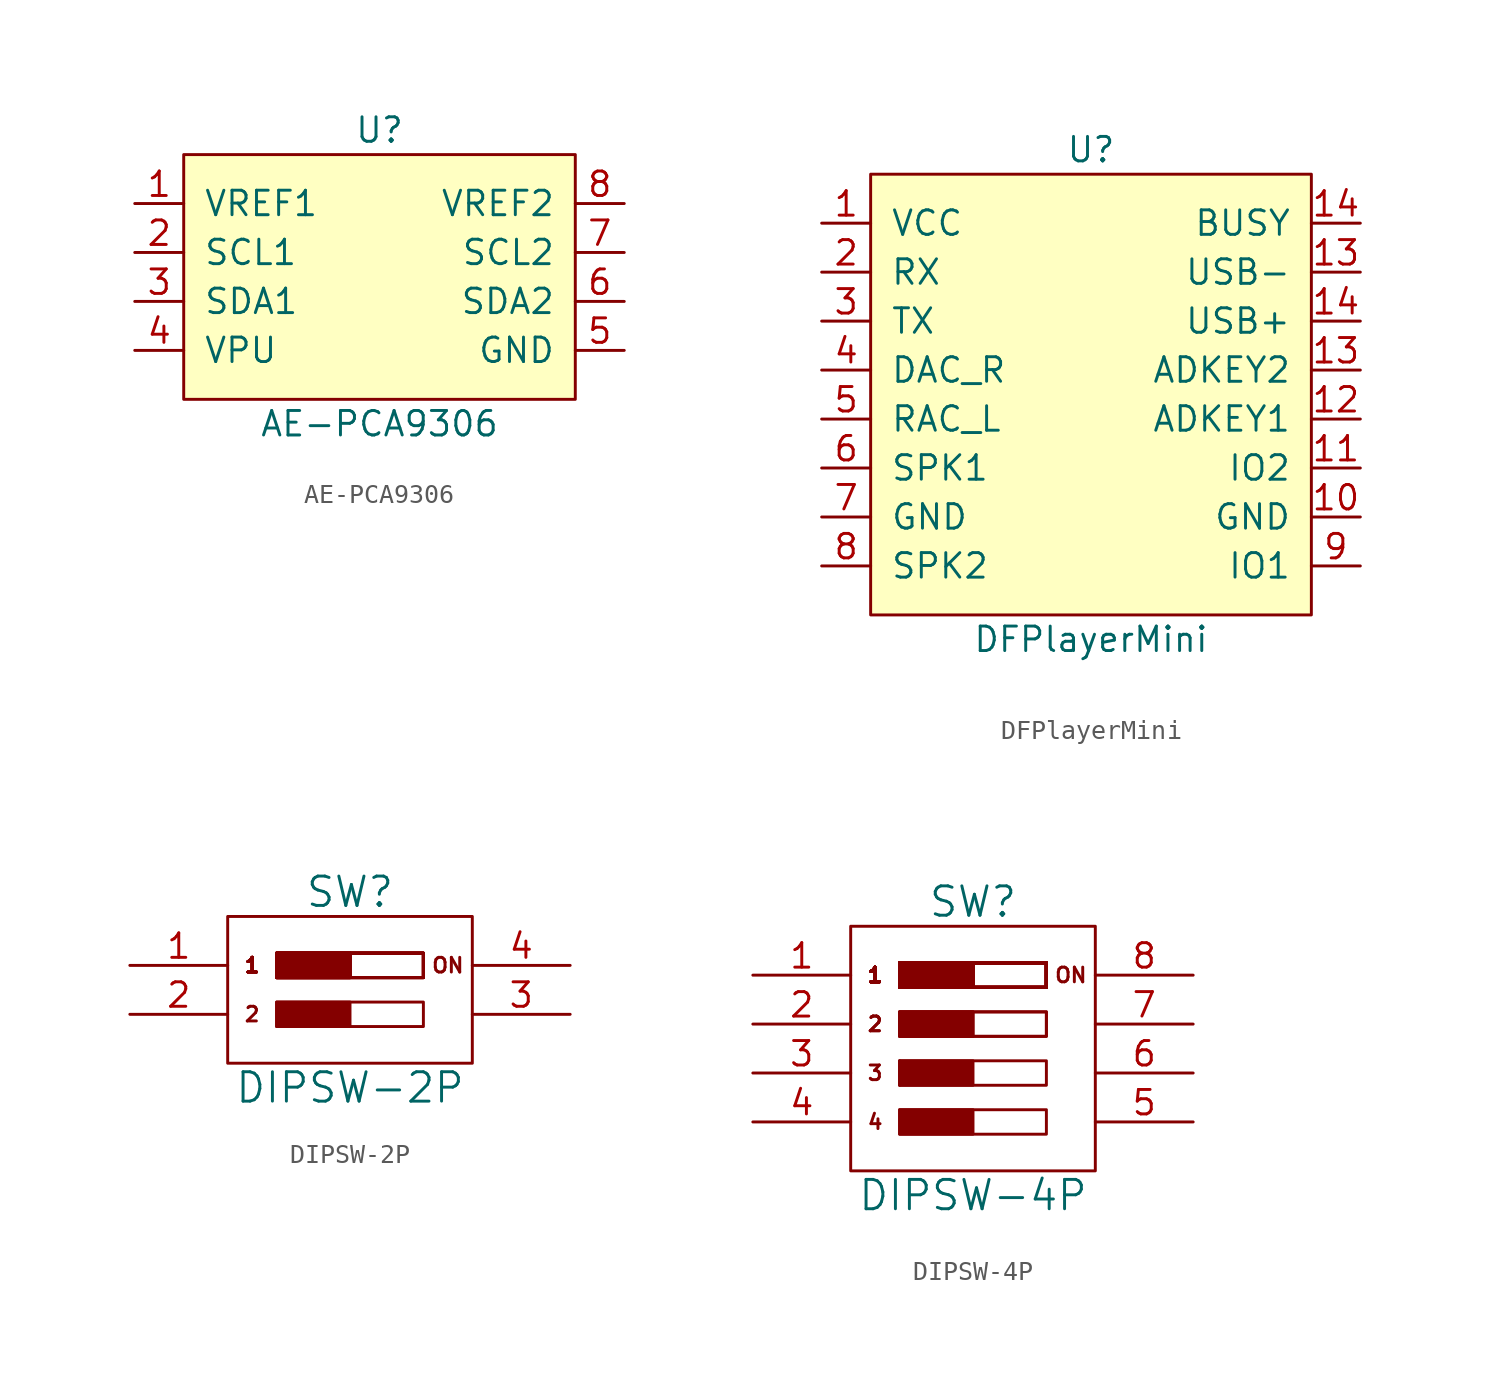
<source format=kicad_sym>
(kicad_symbol_lib
  (version 20211014)
  (generator kicad_symbol_editor)
  (symbol "AE-PCA9306"
    (pin_names
      (offset 1.016))
    (property "Reference" "U"
      (at 0 7.62 0)
      (effects (font (size 1.27 1.27))))
    (property "Value" "AE-PCA9306"
      (at 0 -7.62 0)
      (effects (font (size 1.27 1.27))))
    (symbol "AE-PCA9306_0_1"
      (rectangle (start -10.16 6.35) (end 10.16 -6.35) (stroke (width 0) (type default) (color 0 0 0 0)) (fill (type background))))
    (symbol "AE-PCA9306_1_1"
      (pin power_in line (at -12.7 3.81 0) (length 2.54) (name "VREF1" (effects (font (size 1.27 1.27)))) (number "1" (effects (font (size 1.27 1.27)))))
      (pin bidirectional line (at -12.7 1.27 0) (length 2.54) (name "SCL1" (effects (font (size 1.27 1.27)))) (number "2" (effects (font (size 1.27 1.27)))))
      (pin bidirectional line (at -12.7 -1.27 0) (length 2.54) (name "SDA1" (effects (font (size 1.27 1.27)))) (number "3" (effects (font (size 1.27 1.27)))))
      (pin power_in line (at -12.7 -3.81 0) (length 2.54) (name "VPU" (effects (font (size 1.27 1.27)))) (number "4" (effects (font (size 1.27 1.27)))))
      (pin power_in line (at 12.7 -3.81 180) (length 2.54) (name "GND" (effects (font (size 1.27 1.27)))) (number "5" (effects (font (size 1.27 1.27)))))
      (pin bidirectional line (at 12.7 -1.27 180) (length 2.54) (name "SDA2" (effects (font (size 1.27 1.27)))) (number "6" (effects (font (size 1.27 1.27)))))
      (pin bidirectional line (at 12.7 1.27 180) (length 2.54) (name "SCL2" (effects (font (size 1.27 1.27)))) (number "7" (effects (font (size 1.27 1.27)))))
      (pin power_in line (at 12.7 3.81 180) (length 2.54) (name "VREF2" (effects (font (size 1.27 1.27)))) (number "8" (effects (font (size 1.27 1.27)))))))
  (symbol "DFPlayerMini"
    (pin_names
      (offset 1.016))
    (property "Reference" "U"
      (at 0 12.7 0)
      (effects (font (size 1.27 1.27))))
    (property "Value" "DFPlayerMini"
      (at 0 -12.7 0)
      (effects (font (size 1.27 1.27))))
    (symbol "DFPlayerMini_0_1"
      (rectangle (start -11.43 11.43) (end 11.43 -11.43) (stroke (width 0) (type default) (color 0 0 0 0)) (fill (type background))))
    (symbol "DFPlayerMini_1_1"
      (pin power_in line (at -13.97 8.89 0) (length 2.54) (name "VCC" (effects (font (size 1.27 1.27)))) (number "1" (effects (font (size 1.27 1.27)))))
      (pin power_in line (at 13.97 -6.35 180) (length 2.54) (name "GND" (effects (font (size 1.27 1.27)))) (number "10" (effects (font (size 1.27 1.27)))))
      (pin input line (at 13.97 -3.81 180) (length 2.54) (name "IO2" (effects (font (size 1.27 1.27)))) (number "11" (effects (font (size 1.27 1.27)))))
      (pin input line (at 13.97 -1.27 180) (length 2.54) (name "ADKEY1" (effects (font (size 1.27 1.27)))) (number "12" (effects (font (size 1.27 1.27)))))
      (pin input line (at 13.97 1.27 180) (length 2.54) (name "ADKEY2" (effects (font (size 1.27 1.27)))) (number "13" (effects (font (size 1.27 1.27)))))
      (pin bidirectional line (at 13.97 6.35 180) (length 2.54) (name "USB-" (effects (font (size 1.27 1.27)))) (number "13" (effects (font (size 1.27 1.27)))))
      (pin output line (at 13.97 8.89 180) (length 2.54) (name "BUSY" (effects (font (size 1.27 1.27)))) (number "14" (effects (font (size 1.27 1.27)))))
      (pin bidirectional line (at 13.97 3.81 180) (length 2.54) (name "USB+" (effects (font (size 1.27 1.27)))) (number "14" (effects (font (size 1.27 1.27)))))
      (pin input line (at -13.97 6.35 0) (length 2.54) (name "RX" (effects (font (size 1.27 1.27)))) (number "2" (effects (font (size 1.27 1.27)))))
      (pin output line (at -13.97 3.81 0) (length 2.54) (name "TX" (effects (font (size 1.27 1.27)))) (number "3" (effects (font (size 1.27 1.27)))))
      (pin output line (at -13.97 1.27 0) (length 2.54) (name "DAC_R" (effects (font (size 1.27 1.27)))) (number "4" (effects (font (size 1.27 1.27)))))
      (pin output line (at -13.97 -1.27 0) (length 2.54) (name "RAC_L" (effects (font (size 1.27 1.27)))) (number "5" (effects (font (size 1.27 1.27)))))
      (pin output line (at -13.97 -3.81 0) (length 2.54) (name "SPK1" (effects (font (size 1.27 1.27)))) (number "6" (effects (font (size 1.27 1.27)))))
      (pin power_in line (at -13.97 -6.35 0) (length 2.54) (name "GND" (effects (font (size 1.27 1.27)))) (number "7" (effects (font (size 1.27 1.27)))))
      (pin output line (at -13.97 -8.89 0) (length 2.54) (name "SPK2" (effects (font (size 1.27 1.27)))) (number "8" (effects (font (size 1.27 1.27)))))
      (pin input line (at 13.97 -8.89 180) (length 2.54) (name "IO1" (effects (font (size 1.27 1.27)))) (number "9" (effects (font (size 1.27 1.27)))))))
  (symbol "DIPSW-2P"
    (pin_names
      (offset 1.016))
    (property "Reference" "SW"
      (at 0 5.08 0)
      (effects (font (size 1.524 1.524))))
    (property "Value" "DIPSW-2P"
      (at 0 -5.08 0)
      (effects (font (size 1.524 1.524))))
    (property "Footprint" ""
      (at 0 6.35 0)
      (effects (font (size 1.524 1.524))))
    (property "Datasheet" ""
      (at 0 6.35 0)
      (effects (font (size 1.524 1.524))))
    (symbol "DIPSW-2P_0_0"
      (rectangle (start -3.81 -0.635) (end 0 -1.905) (stroke (width 0) (type default) (color 0 0 0 0)) (fill (type outline)))
      (rectangle (start -3.81 -0.635) (end 3.81 -1.905) (stroke (width 0) (type default) (color 0 0 0 0)) (fill (type none)))
      (rectangle (start -3.81 1.905) (end 3.81 0.635) (stroke (width 0) (type default) (color 0 0 0 0)) (fill (type none)))
      (rectangle (start -3.81 1.905) (end 3.81 0.635) (stroke (width 0) (type default) (color 0 0 0 0)) (fill (type none)))
      (rectangle (start -3.81 1.905) (end 3.81 0.635) (stroke (width 0) (type default) (color 0 0 0 0)) (fill (type none)))
      (rectangle (start -3.81 1.905) (end 3.81 0.635) (stroke (width 0) (type default) (color 0 0 0 0)) (fill (type none)))
      (rectangle (start -3.81 1.905) (end 3.81 0.635) (stroke (width 0) (type default) (color 0 0 0 0)) (fill (type none)))
      (rectangle (start -3.81 1.905) (end 3.81 0.635) (stroke (width 0) (type default) (color 0 0 0 0)) (fill (type none)))
      (rectangle (start -3.81 1.905) (end 3.81 0.635) (stroke (width 0) (type default) (color 0 0 0 0)) (fill (type none)))
      (rectangle (start -3.81 1.905) (end 3.81 0.635) (stroke (width 0) (type default) (color 0 0 0 0)) (fill (type none)))
      (text "2" (at -5.08 -1.27 0) (effects (font (size 0.762 0.762))))
      (text "ON" (at 5.08 1.27 0) (effects (font (size 0.762 0.762)))))
    (symbol "DIPSW-2P_0_1"
      (rectangle (start -6.35 3.81) (end 6.35 -3.81) (stroke (width 0) (type default) (color 0 0 0 0)) (fill (type none))))
    (symbol "DIPSW-2P_1_0"
      (rectangle (start -3.81 1.905) (end 0 0.635) (stroke (width 0) (type default) (color 0 0 0 0)) (fill (type outline)))
      (rectangle (start -3.81 1.905) (end 0 0.635) (stroke (width 0) (type default) (color 0 0 0 0)) (fill (type outline)))
      (rectangle (start -3.81 1.905) (end 0 0.635) (stroke (width 0) (type default) (color 0 0 0 0)) (fill (type outline)))
      (rectangle (start -3.81 1.905) (end 0 0.635) (stroke (width 0) (type default) (color 0 0 0 0)) (fill (type outline)))
      (rectangle (start -3.81 1.905) (end 0 0.635) (stroke (width 0) (type default) (color 0 0 0 0)) (fill (type outline)))
      (rectangle (start -3.81 1.905) (end 0 0.635) (stroke (width 0) (type default) (color 0 0 0 0)) (fill (type outline)))
      (rectangle (start -3.81 1.905) (end 0 0.635) (stroke (width 0) (type default) (color 0 0 0 0)) (fill (type outline)))
      (rectangle (start -3.81 1.905) (end 0 0.635) (stroke (width 0) (type default) (color 0 0 0 0)) (fill (type outline)))
      (text "1" (at -5.08 1.27 0) (effects (font (size 0.762 0.762))))
      (text "1" (at -5.08 1.27 0) (effects (font (size 0.762 0.762))))
      (text "1" (at -5.08 1.27 0) (effects (font (size 0.762 0.762))))
      (text "1" (at -5.08 1.27 0) (effects (font (size 0.762 0.762))))
      (text "1" (at -5.08 1.27 0) (effects (font (size 0.762 0.762))))
      (text "1" (at -5.08 1.27 0) (effects (font (size 0.762 0.762))))
      (text "1" (at -5.08 1.27 0) (effects (font (size 0.762 0.762))))
      (text "1" (at -5.08 1.27 0) (effects (font (size 0.762 0.762)))))
    (symbol "DIPSW-2P_1_1"
      (pin input line (at -11.43 1.27 0) (length 5.08) (name "~" (effects (font (size 1.27 1.27)))) (number "1" (effects (font (size 1.27 1.27)))))
      (pin input line (at -11.43 -1.27 0) (length 5.08) (name "~" (effects (font (size 1.27 1.27)))) (number "2" (effects (font (size 1.27 1.27)))))
      (pin input line (at 11.43 -1.27 180) (length 5.08) (name "~" (effects (font (size 1.27 1.27)))) (number "3" (effects (font (size 1.27 1.27)))))
      (pin input line (at 11.43 1.27 180) (length 5.08) (name "~" (effects (font (size 1.27 1.27)))) (number "4" (effects (font (size 1.27 1.27)))))))
  (symbol "DIPSW-4P"
    (pin_names
      (offset 1.016))
    (property "Reference" "SW"
      (at 0 7.62 0)
      (effects (font (size 1.524 1.524))))
    (property "Value" "DIPSW-4P"
      (at 0 -7.62 0)
      (effects (font (size 1.524 1.524))))
    (property "Footprint" ""
      (at 0 8.89 0)
      (effects (font (size 1.524 1.524))))
    (property "Datasheet" ""
      (at 0 8.89 0)
      (effects (font (size 1.524 1.524))))
    (symbol "DIPSW-4P_0_0"
      (rectangle (start -3.81 1.905) (end 0 0.635) (stroke (width 0) (type default) (color 0 0 0 0)) (fill (type outline)))
      (rectangle (start -3.81 1.905) (end 0 0.635) (stroke (width 0) (type default) (color 0 0 0 0)) (fill (type outline)))
      (rectangle (start -3.81 1.905) (end 3.81 0.635) (stroke (width 0) (type default) (color 0 0 0 0)) (fill (type none)))
      (rectangle (start -3.81 1.905) (end 3.81 0.635) (stroke (width 0) (type default) (color 0 0 0 0)) (fill (type none)))
      (rectangle (start -3.81 4.445) (end 3.81 3.175) (stroke (width 0) (type default) (color 0 0 0 0)) (fill (type none)))
      (rectangle (start -3.81 4.445) (end 3.81 3.175) (stroke (width 0) (type default) (color 0 0 0 0)) (fill (type none)))
      (rectangle (start -3.81 4.445) (end 3.81 3.175) (stroke (width 0) (type default) (color 0 0 0 0)) (fill (type none)))
      (rectangle (start -3.81 4.445) (end 3.81 3.175) (stroke (width 0) (type default) (color 0 0 0 0)) (fill (type none)))
      (rectangle (start -3.81 4.445) (end 3.81 3.175) (stroke (width 0) (type default) (color 0 0 0 0)) (fill (type none)))
      (rectangle (start -3.81 4.445) (end 3.81 3.175) (stroke (width 0) (type default) (color 0 0 0 0)) (fill (type none)))
      (rectangle (start -3.81 4.445) (end 3.81 3.175) (stroke (width 0) (type default) (color 0 0 0 0)) (fill (type none)))
      (rectangle (start -3.81 4.445) (end 3.81 3.175) (stroke (width 0) (type default) (color 0 0 0 0)) (fill (type none)))
      (rectangle (start -3.81 4.445) (end 3.81 3.175) (stroke (width 0) (type default) (color 0 0 0 0)) (fill (type none)))
      (rectangle (start -3.81 4.445) (end 3.81 3.175) (stroke (width 0) (type default) (color 0 0 0 0)) (fill (type none)))
      (rectangle (start -3.81 4.445) (end 3.81 3.175) (stroke (width 0) (type default) (color 0 0 0 0)) (fill (type none)))
      (rectangle (start -3.81 4.445) (end 3.81 3.175) (stroke (width 0) (type default) (color 0 0 0 0)) (fill (type none)))
      (rectangle (start -3.81 4.445) (end 3.81 3.175) (stroke (width 0) (type default) (color 0 0 0 0)) (fill (type none)))
      (rectangle (start -3.81 4.445) (end 3.81 3.175) (stroke (width 0) (type default) (color 0 0 0 0)) (fill (type none)))
      (rectangle (start -3.81 4.445) (end 3.81 3.175) (stroke (width 0) (type default) (color 0 0 0 0)) (fill (type none)))
      (rectangle (start -3.81 4.445) (end 3.81 3.175) (stroke (width 0) (type default) (color 0 0 0 0)) (fill (type none)))
      (rectangle (start -3.81 4.445) (end 3.81 3.175) (stroke (width 0) (type default) (color 0 0 0 0)) (fill (type none)))
      (rectangle (start -3.81 4.445) (end 3.81 3.175) (stroke (width 0) (type default) (color 0 0 0 0)) (fill (type none)))
      (rectangle (start -3.81 4.445) (end 3.81 3.175) (stroke (width 0) (type default) (color 0 0 0 0)) (fill (type none)))
      (rectangle (start -3.81 4.445) (end 3.81 3.175) (stroke (width 0) (type default) (color 0 0 0 0)) (fill (type none)))
      (rectangle (start -3.81 4.445) (end 3.81 3.175) (stroke (width 0) (type default) (color 0 0 0 0)) (fill (type none)))
      (rectangle (start -3.81 4.445) (end 3.81 3.175) (stroke (width 0) (type default) (color 0 0 0 0)) (fill (type none)))
      (rectangle (start -3.81 4.445) (end 3.81 3.175) (stroke (width 0) (type default) (color 0 0 0 0)) (fill (type none)))
      (rectangle (start -3.81 4.445) (end 3.81 3.175) (stroke (width 0) (type default) (color 0 0 0 0)) (fill (type none)))
      (rectangle (start -3.81 4.445) (end 3.81 3.175) (stroke (width 0) (type default) (color 0 0 0 0)) (fill (type none)))
      (rectangle (start -3.81 4.445) (end 3.81 3.175) (stroke (width 0) (type default) (color 0 0 0 0)) (fill (type none)))
      (rectangle (start -3.81 4.445) (end 3.81 3.175) (stroke (width 0) (type default) (color 0 0 0 0)) (fill (type none)))
      (rectangle (start -3.81 4.445) (end 3.81 3.175) (stroke (width 0) (type default) (color 0 0 0 0)) (fill (type none)))
      (rectangle (start -3.81 4.445) (end 3.81 3.175) (stroke (width 0) (type default) (color 0 0 0 0)) (fill (type none)))
      (rectangle (start -3.81 4.445) (end 3.81 3.175) (stroke (width 0) (type default) (color 0 0 0 0)) (fill (type none)))
      (rectangle (start -3.81 4.445) (end 3.81 3.175) (stroke (width 0) (type default) (color 0 0 0 0)) (fill (type none)))
      (rectangle (start -3.81 4.445) (end 3.81 3.175) (stroke (width 0) (type default) (color 0 0 0 0)) (fill (type none)))
      (text "2" (at -5.08 1.27 0) (effects (font (size 0.762 0.762))))
      (text "2" (at -5.08 1.27 0) (effects (font (size 0.762 0.762))))
      (text "3" (at -5.08 -1.27 0) (effects (font (size 0.762 0.762))))
      (text "4" (at -5.08 -3.81 0) (effects (font (size 0.762 0.762))))
      (text "ON" (at 5.08 3.81 0) (effects (font (size 0.762 0.762)))))
    (symbol "DIPSW-4P_0_1"
      (rectangle (start -6.35 6.35) (end 6.35 -6.35) (stroke (width 0) (type default) (color 0 0 0 0)) (fill (type none)))
      (rectangle (start -3.81 -3.175) (end 3.81 -4.445) (stroke (width 0) (type default) (color 0 0 0 0)) (fill (type none)))
      (rectangle (start -3.81 -0.635) (end -3.81 -1.905) (stroke (width 0) (type default) (color 0 0 0 0)) (fill (type none)))
      (rectangle (start -3.81 -0.635) (end 3.81 -1.905) (stroke (width 0) (type default) (color 0 0 0 0)) (fill (type none)))
      (rectangle (start 0 -4.445) (end -3.81 -3.175) (stroke (width 0) (type default) (color 0 0 0 0)) (fill (type outline)))
      (rectangle (start 0 -1.905) (end -3.81 -0.635) (stroke (width 0) (type default) (color 0 0 0 0)) (fill (type outline))))
    (symbol "DIPSW-4P_1_0"
      (rectangle (start -3.81 4.445) (end 0 3.175) (stroke (width 0) (type default) (color 0 0 0 0)) (fill (type outline)))
      (rectangle (start -3.81 4.445) (end 0 3.175) (stroke (width 0) (type default) (color 0 0 0 0)) (fill (type outline)))
      (rectangle (start -3.81 4.445) (end 0 3.175) (stroke (width 0) (type default) (color 0 0 0 0)) (fill (type outline)))
      (rectangle (start -3.81 4.445) (end 0 3.175) (stroke (width 0) (type default) (color 0 0 0 0)) (fill (type outline)))
      (rectangle (start -3.81 4.445) (end 0 3.175) (stroke (width 0) (type default) (color 0 0 0 0)) (fill (type outline)))
      (rectangle (start -3.81 4.445) (end 0 3.175) (stroke (width 0) (type default) (color 0 0 0 0)) (fill (type outline)))
      (rectangle (start -3.81 4.445) (end 0 3.175) (stroke (width 0) (type default) (color 0 0 0 0)) (fill (type outline)))
      (rectangle (start -3.81 4.445) (end 0 3.175) (stroke (width 0) (type default) (color 0 0 0 0)) (fill (type outline)))
      (rectangle (start -3.81 4.445) (end 0 3.175) (stroke (width 0) (type default) (color 0 0 0 0)) (fill (type outline)))
      (rectangle (start -3.81 4.445) (end 0 3.175) (stroke (width 0) (type default) (color 0 0 0 0)) (fill (type outline)))
      (rectangle (start -3.81 4.445) (end 0 3.175) (stroke (width 0) (type default) (color 0 0 0 0)) (fill (type outline)))
      (rectangle (start -3.81 4.445) (end 0 3.175) (stroke (width 0) (type default) (color 0 0 0 0)) (fill (type outline)))
      (rectangle (start -3.81 4.445) (end 0 3.175) (stroke (width 0) (type default) (color 0 0 0 0)) (fill (type outline)))
      (rectangle (start -3.81 4.445) (end 0 3.175) (stroke (width 0) (type default) (color 0 0 0 0)) (fill (type outline)))
      (rectangle (start -3.81 4.445) (end 0 3.175) (stroke (width 0) (type default) (color 0 0 0 0)) (fill (type outline)))
      (rectangle (start -3.81 4.445) (end 0 3.175) (stroke (width 0) (type default) (color 0 0 0 0)) (fill (type outline)))
      (rectangle (start -3.81 4.445) (end 0 3.175) (stroke (width 0) (type default) (color 0 0 0 0)) (fill (type outline)))
      (rectangle (start -3.81 4.445) (end 0 3.175) (stroke (width 0) (type default) (color 0 0 0 0)) (fill (type outline)))
      (rectangle (start -3.81 4.445) (end 0 3.175) (stroke (width 0) (type default) (color 0 0 0 0)) (fill (type outline)))
      (rectangle (start -3.81 4.445) (end 0 3.175) (stroke (width 0) (type default) (color 0 0 0 0)) (fill (type outline)))
      (rectangle (start -3.81 4.445) (end 0 3.175) (stroke (width 0) (type default) (color 0 0 0 0)) (fill (type outline)))
      (rectangle (start -3.81 4.445) (end 0 3.175) (stroke (width 0) (type default) (color 0 0 0 0)) (fill (type outline)))
      (rectangle (start -3.81 4.445) (end 0 3.175) (stroke (width 0) (type default) (color 0 0 0 0)) (fill (type outline)))
      (rectangle (start -3.81 4.445) (end 0 3.175) (stroke (width 0) (type default) (color 0 0 0 0)) (fill (type outline)))
      (rectangle (start -3.81 4.445) (end 0 3.175) (stroke (width 0) (type default) (color 0 0 0 0)) (fill (type outline)))
      (rectangle (start -3.81 4.445) (end 0 3.175) (stroke (width 0) (type default) (color 0 0 0 0)) (fill (type outline)))
      (rectangle (start -3.81 4.445) (end 0 3.175) (stroke (width 0) (type default) (color 0 0 0 0)) (fill (type outline)))
      (rectangle (start -3.81 4.445) (end 0 3.175) (stroke (width 0) (type default) (color 0 0 0 0)) (fill (type outline)))
      (rectangle (start -3.81 4.445) (end 0 3.175) (stroke (width 0) (type default) (color 0 0 0 0)) (fill (type outline)))
      (rectangle (start -3.81 4.445) (end 0 3.175) (stroke (width 0) (type default) (color 0 0 0 0)) (fill (type outline)))
      (rectangle (start -3.81 4.445) (end 0 3.175) (stroke (width 0) (type default) (color 0 0 0 0)) (fill (type outline)))
      (rectangle (start -3.81 4.445) (end 0 3.175) (stroke (width 0) (type default) (color 0 0 0 0)) (fill (type outline)))
      (text "1" (at -5.08 3.81 0) (effects (font (size 0.762 0.762))))
      (text "1" (at -5.08 3.81 0) (effects (font (size 0.762 0.762))))
      (text "1" (at -5.08 3.81 0) (effects (font (size 0.762 0.762))))
      (text "1" (at -5.08 3.81 0) (effects (font (size 0.762 0.762))))
      (text "1" (at -5.08 3.81 0) (effects (font (size 0.762 0.762))))
      (text "1" (at -5.08 3.81 0) (effects (font (size 0.762 0.762))))
      (text "1" (at -5.08 3.81 0) (effects (font (size 0.762 0.762))))
      (text "1" (at -5.08 3.81 0) (effects (font (size 0.762 0.762))))
      (text "1" (at -5.08 3.81 0) (effects (font (size 0.762 0.762))))
      (text "1" (at -5.08 3.81 0) (effects (font (size 0.762 0.762))))
      (text "1" (at -5.08 3.81 0) (effects (font (size 0.762 0.762))))
      (text "1" (at -5.08 3.81 0) (effects (font (size 0.762 0.762))))
      (text "1" (at -5.08 3.81 0) (effects (font (size 0.762 0.762))))
      (text "1" (at -5.08 3.81 0) (effects (font (size 0.762 0.762))))
      (text "1" (at -5.08 3.81 0) (effects (font (size 0.762 0.762))))
      (text "1" (at -5.08 3.81 0) (effects (font (size 0.762 0.762))))
      (text "1" (at -5.08 3.81 0) (effects (font (size 0.762 0.762))))
      (text "1" (at -5.08 3.81 0) (effects (font (size 0.762 0.762))))
      (text "1" (at -5.08 3.81 0) (effects (font (size 0.762 0.762))))
      (text "1" (at -5.08 3.81 0) (effects (font (size 0.762 0.762))))
      (text "1" (at -5.08 3.81 0) (effects (font (size 0.762 0.762))))
      (text "1" (at -5.08 3.81 0) (effects (font (size 0.762 0.762))))
      (text "1" (at -5.08 3.81 0) (effects (font (size 0.762 0.762))))
      (text "1" (at -5.08 3.81 0) (effects (font (size 0.762 0.762))))
      (text "1" (at -5.08 3.81 0) (effects (font (size 0.762 0.762))))
      (text "1" (at -5.08 3.81 0) (effects (font (size 0.762 0.762))))
      (text "1" (at -5.08 3.81 0) (effects (font (size 0.762 0.762))))
      (text "1" (at -5.08 3.81 0) (effects (font (size 0.762 0.762))))
      (text "1" (at -5.08 3.81 0) (effects (font (size 0.762 0.762))))
      (text "1" (at -5.08 3.81 0) (effects (font (size 0.762 0.762))))
      (text "1" (at -5.08 3.81 0) (effects (font (size 0.762 0.762))))
      (text "1" (at -5.08 3.81 0) (effects (font (size 0.762 0.762)))))
    (symbol "DIPSW-4P_1_1"
      (pin input line (at -11.43 3.81 0) (length 5.08) (name "~" (effects (font (size 1.27 1.27)))) (number "1" (effects (font (size 1.27 1.27)))))
      (pin input line (at -11.43 1.27 0) (length 5.08) (name "~" (effects (font (size 1.27 1.27)))) (number "2" (effects (font (size 1.27 1.27)))))
      (pin input line (at -11.43 -1.27 0) (length 5.08) (name "~" (effects (font (size 1.27 1.27)))) (number "3" (effects (font (size 1.27 1.27)))))
      (pin input line (at -11.43 -3.81 0) (length 5.08) (name "~" (effects (font (size 1.27 1.27)))) (number "4" (effects (font (size 1.27 1.27)))))
      (pin input line (at 11.43 -3.81 180) (length 5.08) (name "~" (effects (font (size 1.27 1.27)))) (number "5" (effects (font (size 1.27 1.27)))))
      (pin input line (at 11.43 -1.27 180) (length 5.08) (name "~" (effects (font (size 1.27 1.27)))) (number "6" (effects (font (size 1.27 1.27)))))
      (pin input line (at 11.43 1.27 180) (length 5.08) (name "~" (effects (font (size 1.27 1.27)))) (number "7" (effects (font (size 1.27 1.27)))))
      (pin input line (at 11.43 3.81 180) (length 5.08) (name "~" (effects (font (size 1.27 1.27)))) (number "8" (effects (font (size 1.27 1.27))))))))
</source>
